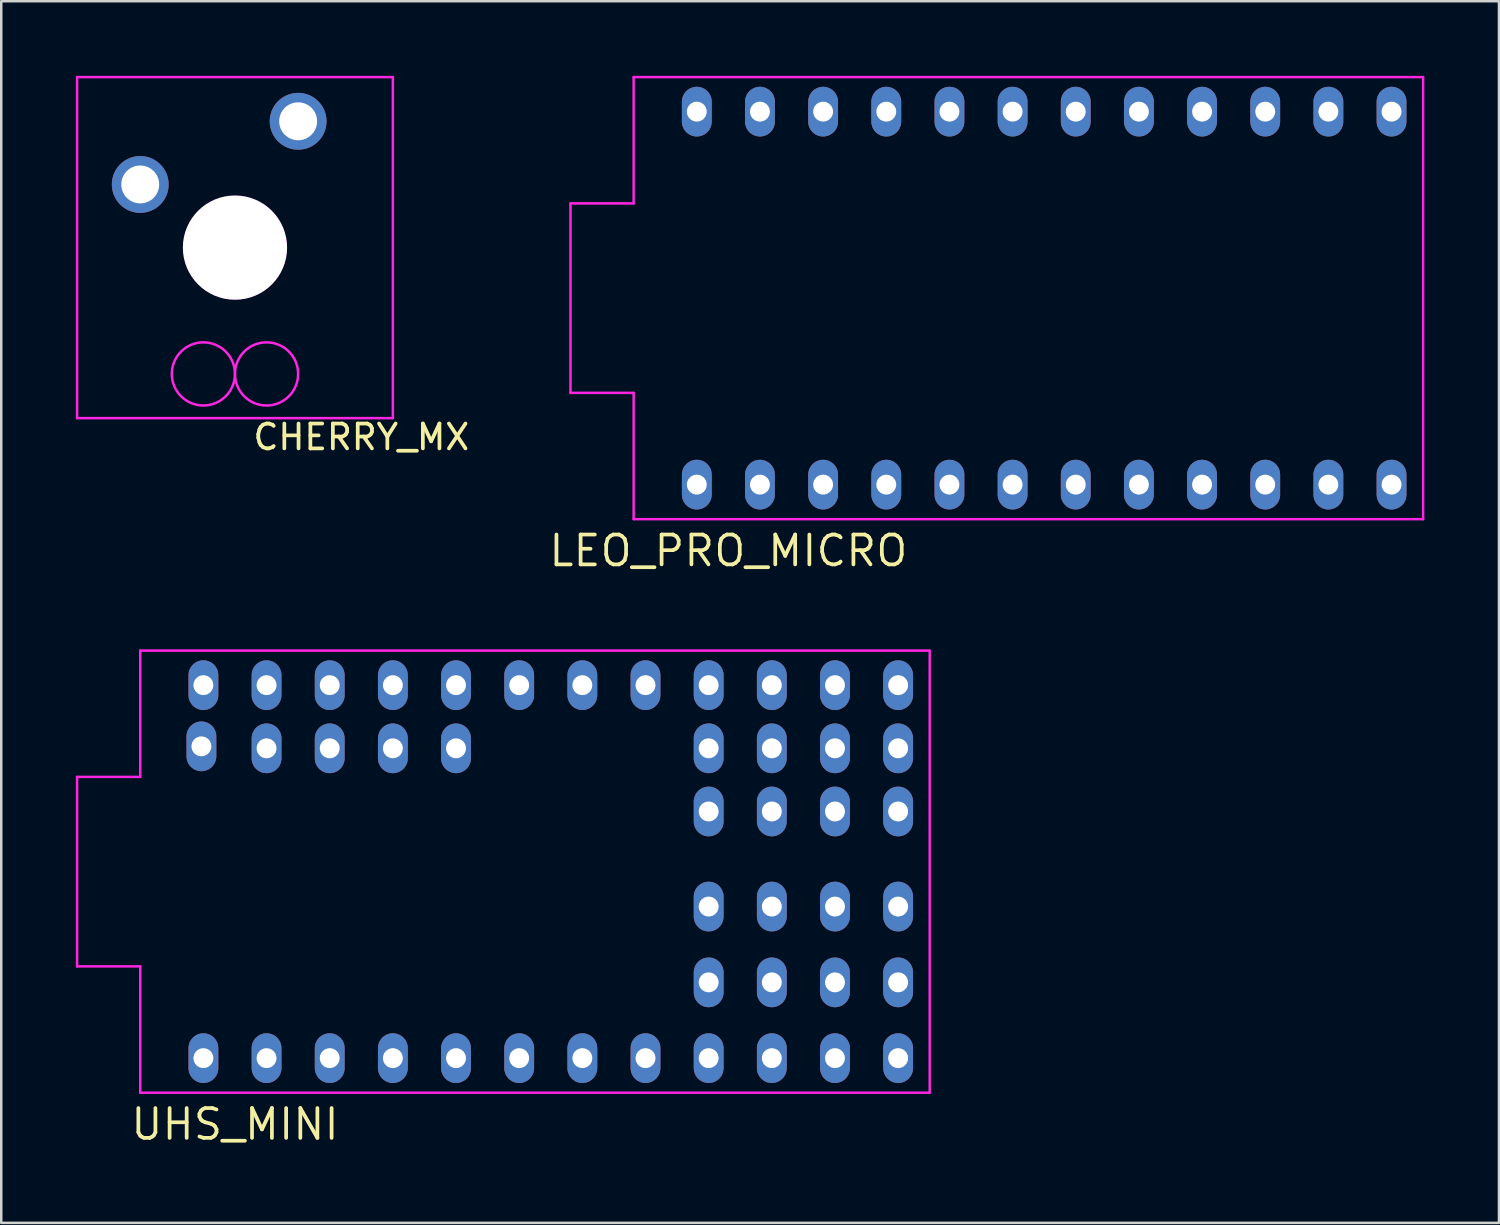
<source format=kicad_pcb>
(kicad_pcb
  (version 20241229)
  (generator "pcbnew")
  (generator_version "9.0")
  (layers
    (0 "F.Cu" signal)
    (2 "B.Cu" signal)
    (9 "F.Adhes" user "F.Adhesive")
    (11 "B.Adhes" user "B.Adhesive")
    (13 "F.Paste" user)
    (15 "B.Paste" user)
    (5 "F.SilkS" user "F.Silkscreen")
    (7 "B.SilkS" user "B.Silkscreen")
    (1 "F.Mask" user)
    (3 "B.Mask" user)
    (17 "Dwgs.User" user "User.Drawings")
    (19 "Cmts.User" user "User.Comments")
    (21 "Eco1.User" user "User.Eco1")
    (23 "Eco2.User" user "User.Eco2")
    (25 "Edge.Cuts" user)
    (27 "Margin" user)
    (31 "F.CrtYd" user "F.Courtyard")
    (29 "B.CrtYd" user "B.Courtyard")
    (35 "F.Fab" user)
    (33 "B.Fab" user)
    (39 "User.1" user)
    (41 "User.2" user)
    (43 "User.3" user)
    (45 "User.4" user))
  (footprint "CHERRY_MX"
    (layer "F.Cu")
    (at 6.4 6.908)
    (property "Reference" "CHERRY_MX" (at 5.08 7.62 0) (layer "F.SilkS") (effects (font (size 1 1) (thickness 0.15))))
    (attr through_hole)
    (fp_line (start -6.35 -6.858) (end 6.35 -6.858) (stroke (width 0.1) (type solid)) (layer "F.CrtYd"))
    (fp_line (start -6.35 6.858) (end -6.35 -6.858) (stroke (width 0.1) (type solid)) (layer "F.CrtYd"))
    (fp_line (start 6.35 -6.858) (end 6.35 6.858) (stroke (width 0.1) (type solid)) (layer "F.CrtYd"))
    (fp_line (start 6.35 6.858) (end -6.35 6.858) (stroke (width 0.1) (type solid)) (layer "F.CrtYd"))
    (fp_circle (center -1.27 5.08) (end -2.54 5.08) (stroke (width 0.1) (type solid)) (fill no) (layer "F.CrtYd"))
    (fp_circle (center 1.27 5.08) (end 0 5.08) (stroke (width 0.1) (type solid)) (fill no) (layer "F.CrtYd"))
    (pad "" np_thru_hole circle (at 0 0) (size 4.191 4.191) (drill 4.191) (layers "*.Cu" "*.Adhes"))
    (pad "1" thru_hole circle (at -3.81 -2.54) (size 2.286 2.286) (drill 1.524) (layers "*.Cu" "*.Mask"))
    (pad "2" thru_hole circle (at 2.54 -5.08) (size 2.286 2.286) (drill 1.524) (layers "*.Cu" "*.Mask")))
  (footprint "LEO_PRO_MICRO"
    (layer "F.Cu")
    (at 38.943 8.94)
    (property "Reference" "LEO_PRO_MICRO" (at -12.7 10.16 180) (layer "F.SilkS") (effects (font (size 1.2 1.2) (thickness 0.15))))
    (attr through_hole)
    (fp_line (start -19.05 -3.81) (end -16.51 -3.81) (stroke (width 0.1) (type solid)) (layer "F.CrtYd"))
    (fp_line (start -19.05 3.81) (end -19.05 -3.81) (stroke (width 0.1) (type solid)) (layer "F.CrtYd"))
    (fp_line (start -16.51 -8.89) (end 15.24 -8.89) (stroke (width 0.1) (type solid)) (layer "F.CrtYd"))
    (fp_line (start -16.51 -3.81) (end -16.51 -8.89) (stroke (width 0.1) (type solid)) (layer "F.CrtYd"))
    (fp_line (start -16.51 3.81) (end -19.05 3.81) (stroke (width 0.1) (type solid)) (layer "F.CrtYd"))
    (fp_line (start -16.51 8.89) (end -16.51 3.81) (stroke (width 0.1) (type solid)) (layer "F.CrtYd"))
    (fp_line (start 15.24 -8.89) (end 15.24 8.89) (stroke (width 0.1) (type solid)) (layer "F.CrtYd"))
    (fp_line (start 15.24 8.89) (end -16.51 8.89) (stroke (width 0.1) (type solid)) (layer "F.CrtYd"))
    (pad "1" thru_hole oval (at -13.97 7.5) (size 1.2 2) (drill 0.8) (layers "*.Cu" "*.Mask"))
    (pad "2" thru_hole oval (at -11.43 7.5) (size 1.2 2) (drill 0.8) (layers "*.Cu" "*.Mask"))
    (pad "3" thru_hole oval (at -8.89 7.5) (size 1.2 2) (drill 0.8) (layers "*.Cu" "*.Mask"))
    (pad "4" thru_hole oval (at -6.35 7.5) (size 1.2 2) (drill 0.8) (layers "*.Cu" "*.Mask"))
    (pad "5" thru_hole oval (at -3.81 7.5) (size 1.2 2) (drill 0.8) (layers "*.Cu" "*.Mask"))
    (pad "6" thru_hole oval (at -1.27 7.5) (size 1.2 2) (drill 0.8) (layers "*.Cu" "*.Mask"))
    (pad "7" thru_hole oval (at 1.27 7.5) (size 1.2 2) (drill 0.8) (layers "*.Cu" "*.Mask"))
    (pad "8" thru_hole oval (at 3.81 7.5) (size 1.2 2) (drill 0.8) (layers "*.Cu" "*.Mask"))
    (pad "9" thru_hole oval (at 6.35 7.5) (size 1.2 2) (drill 0.8) (layers "*.Cu" "*.Mask"))
    (pad "10" thru_hole oval (at 8.89 7.5) (size 1.2 2) (drill 0.8) (layers "*.Cu" "*.Mask"))
    (pad "11" thru_hole oval (at 11.43 7.5) (size 1.2 2) (drill 0.8) (layers "*.Cu" "*.Mask"))
    (pad "12" thru_hole oval (at 13.97 7.5) (size 1.2 2) (drill 0.8) (layers "*.Cu" "*.Mask"))
    (pad "13" thru_hole oval (at 13.97 -7.5) (size 1.2 2) (drill 0.8) (layers "*.Cu" "*.Mask"))
    (pad "14" thru_hole oval (at 11.43 -7.5) (size 1.2 2) (drill 0.8) (layers "*.Cu" "*.Mask"))
    (pad "15" thru_hole oval (at 8.89 -7.5) (size 1.2 2) (drill 0.8) (layers "*.Cu" "*.Mask"))
    (pad "16" thru_hole oval (at 6.35 -7.5) (size 1.2 2) (drill 0.8) (layers "*.Cu" "*.Mask"))
    (pad "17" thru_hole oval (at 3.81 -7.5) (size 1.2 2) (drill 0.8) (layers "*.Cu" "*.Mask"))
    (pad "18" thru_hole oval (at 1.27 -7.5) (size 1.2 2) (drill 0.8) (layers "*.Cu" "*.Mask"))
    (pad "19" thru_hole oval (at -1.27 -7.5) (size 1.2 2) (drill 0.8) (layers "*.Cu" "*.Mask"))
    (pad "20" thru_hole oval (at -3.81 -7.5) (size 1.2 2) (drill 0.8) (layers "*.Cu" "*.Mask"))
    (pad "21" thru_hole oval (at -6.35 -7.5) (size 1.2 2) (drill 0.8) (layers "*.Cu" "*.Mask"))
    (pad "22" thru_hole oval (at -8.89 -7.5) (size 1.2 2) (drill 0.8) (layers "*.Cu" "*.Mask"))
    (pad "23" thru_hole oval (at -11.43 -7.5) (size 1.2 2) (drill 0.8) (layers "*.Cu" "*.Mask"))
    (pad "24" thru_hole oval (at -13.97 -7.5) (size 1.2 2) (drill 0.8) (layers "*.Cu" "*.Mask")))
  (footprint "UHS_MINI"
    (layer "F.Cu")
    (at 19.1 32.005)
    (property "Reference" "UHS_MINI" (at -12.7 10.16 180) (layer "F.SilkS") (effects (font (size 1.2 1.2) (thickness 0.15))))
    (attr through_hole)
    (fp_line (start -19.05 -3.81) (end -16.51 -3.81) (stroke (width 0.1) (type solid)) (layer "F.CrtYd"))
    (fp_line (start -19.05 3.81) (end -19.05 -3.81) (stroke (width 0.1) (type solid)) (layer "F.CrtYd"))
    (fp_line (start -16.51 -8.89) (end 15.24 -8.89) (stroke (width 0.1) (type solid)) (layer "F.CrtYd"))
    (fp_line (start -16.51 -3.81) (end -16.51 -8.89) (stroke (width 0.1) (type solid)) (layer "F.CrtYd"))
    (fp_line (start -16.51 3.81) (end -19.05 3.81) (stroke (width 0.1) (type solid)) (layer "F.CrtYd"))
    (fp_line (start -16.51 8.89) (end -16.51 3.81) (stroke (width 0.1) (type solid)) (layer "F.CrtYd"))
    (fp_line (start 15.24 -8.89) (end 15.24 8.89) (stroke (width 0.1) (type solid)) (layer "F.CrtYd"))
    (fp_line (start 15.24 8.89) (end -16.51 8.89) (stroke (width 0.1) (type solid)) (layer "F.CrtYd"))
    (pad "1" thru_hole oval (at -13.97 7.5) (size 1.2 2) (drill 0.8) (layers "*.Cu" "*.Mask"))
    (pad "2" thru_hole oval (at -11.43 7.5) (size 1.2 2) (drill 0.8) (layers "*.Cu" "*.Mask"))
    (pad "3" thru_hole oval (at -8.89 7.5) (size 1.2 2) (drill 0.8) (layers "*.Cu" "*.Mask"))
    (pad "4" thru_hole oval (at -6.35 7.5) (size 1.2 2) (drill 0.8) (layers "*.Cu" "*.Mask"))
    (pad "5" thru_hole oval (at -3.81 7.5) (size 1.2 2) (drill 0.8) (layers "*.Cu" "*.Mask"))
    (pad "6" thru_hole oval (at -1.27 7.5) (size 1.2 2) (drill 0.8) (layers "*.Cu" "*.Mask"))
    (pad "7" thru_hole oval (at 1.27 7.5) (size 1.2 2) (drill 0.8) (layers "*.Cu" "*.Mask"))
    (pad "8" thru_hole oval (at 3.81 7.5) (size 1.2 2) (drill 0.8) (layers "*.Cu" "*.Mask"))
    (pad "9" thru_hole oval (at 6.35 7.5) (size 1.2 2) (drill 0.8) (layers "*.Cu" "*.Mask"))
    (pad "10" thru_hole oval (at 8.89 7.5) (size 1.2 2) (drill 0.8) (layers "*.Cu" "*.Mask"))
    (pad "11" thru_hole oval (at 11.43 7.5) (size 1.2 2) (drill 0.8) (layers "*.Cu" "*.Mask"))
    (pad "12" thru_hole oval (at 13.97 7.5) (size 1.2 2) (drill 0.8) (layers "*.Cu" "*.Mask"))
    (pad "13" thru_hole oval (at 13.97 -7.5) (size 1.2 2) (drill 0.8) (layers "*.Cu" "*.Mask"))
    (pad "14" thru_hole oval (at 11.43 -7.5) (size 1.2 2) (drill 0.8) (layers "*.Cu" "*.Mask"))
    (pad "15" thru_hole oval (at 8.89 -7.5) (size 1.2 2) (drill 0.8) (layers "*.Cu" "*.Mask"))
    (pad "16" thru_hole oval (at 6.35 -7.5) (size 1.2 2) (drill 0.8) (layers "*.Cu" "*.Mask"))
    (pad "17" thru_hole oval (at 3.81 -7.5) (size 1.2 2) (drill 0.8) (layers "*.Cu" "*.Mask"))
    (pad "18" thru_hole oval (at 1.27 -7.5) (size 1.2 2) (drill 0.8) (layers "*.Cu" "*.Mask"))
    (pad "19" thru_hole oval (at -1.27 -7.5) (size 1.2 2) (drill 0.8) (layers "*.Cu" "*.Mask"))
    (pad "20" thru_hole oval (at -3.81 -7.5) (size 1.2 2) (drill 0.8) (layers "*.Cu" "*.Mask"))
    (pad "20" thru_hole oval (at -3.81 -4.96) (size 1.2 2) (drill 0.8) (layers "*.Cu" "*.Mask"))
    (pad "21" thru_hole oval (at -6.35 -7.5) (size 1.2 2) (drill 0.8) (layers "*.Cu" "*.Mask"))
    (pad "21" thru_hole oval (at -6.35 -4.96) (size 1.2 2) (drill 0.8) (layers "*.Cu" "*.Mask"))
    (pad "22" thru_hole oval (at -8.89 -7.5) (size 1.2 2) (drill 0.8) (layers "*.Cu" "*.Mask"))
    (pad "22" thru_hole oval (at -8.89 -4.96) (size 1.2 2) (drill 0.8) (layers "*.Cu" "*.Mask"))
    (pad "23" thru_hole oval (at -11.43 -7.5) (size 1.2 2) (drill 0.8) (layers "*.Cu" "*.Mask"))
    (pad "23" thru_hole oval (at -11.43 -4.96) (size 1.2 2) (drill 0.8) (layers "*.Cu" "*.Mask"))
    (pad "24" thru_hole oval (at -14.05 -5.04) (size 1.2 2) (drill 0.8) (layers "*.Cu" "*.Mask"))
    (pad "24" thru_hole oval (at -13.97 -7.5) (size 1.2 2) (drill 0.8) (layers "*.Cu" "*.Mask"))
    (pad "30" thru_hole oval (at 13.97 4.452) (size 1.2 2) (drill 0.8) (layers "*.Cu" "*.Mask"))
    (pad "31" thru_hole oval (at 11.43 4.452) (size 1.2 2) (drill 0.8) (layers "*.Cu" "*.Mask"))
    (pad "32" thru_hole oval (at 8.89 4.452) (size 1.2 2) (drill 0.8) (layers "*.Cu" "*.Mask"))
    (pad "33" thru_hole oval (at 6.35 4.452) (size 1.2 2) (drill 0.8) (layers "*.Cu" "*.Mask"))
    (pad "34" thru_hole oval (at 13.97 1.404) (size 1.2 2) (drill 0.8) (layers "*.Cu" "*.Mask"))
    (pad "35" thru_hole oval (at 11.43 1.404) (size 1.2 2) (drill 0.8) (layers "*.Cu" "*.Mask"))
    (pad "36" thru_hole oval (at 8.89 1.404) (size 1.2 2) (drill 0.8) (layers "*.Cu" "*.Mask"))
    (pad "37" thru_hole oval (at 6.35 1.404) (size 1.2 2) (drill 0.8) (layers "*.Cu" "*.Mask"))
    (pad "38" thru_hole oval (at 13.97 -2.42) (size 1.2 2) (drill 0.8) (layers "*.Cu" "*.Mask"))
    (pad "39" thru_hole oval (at 11.43 -2.42) (size 1.2 2) (drill 0.8) (layers "*.Cu" "*.Mask"))
    (pad "40" thru_hole oval (at 8.89 -2.42) (size 1.2 2) (drill 0.8) (layers "*.Cu" "*.Mask"))
    (pad "41" thru_hole oval (at 6.35 -2.42) (size 1.2 2) (drill 0.8) (layers "*.Cu" "*.Mask"))
    (pad "42" thru_hole oval (at 13.97 -4.96) (size 1.2 2) (drill 0.8) (layers "*.Cu" "*.Mask"))
    (pad "43" thru_hole oval (at 11.43 -4.96) (size 1.2 2) (drill 0.8) (layers "*.Cu" "*.Mask"))
    (pad "44" thru_hole oval (at 8.89 -4.96) (size 1.2 2) (drill 0.8) (layers "*.Cu" "*.Mask"))
    (pad "45" thru_hole oval (at 6.35 -4.96) (size 1.2 2) (drill 0.8) (layers "*.Cu" "*.Mask")))
  (gr_rect
    (start -3 -3)
    (end 57.233 46.13)
    (stroke (width 0.1) (type default))
    (fill no)
    (layer "Edge.Cuts")))
</source>
